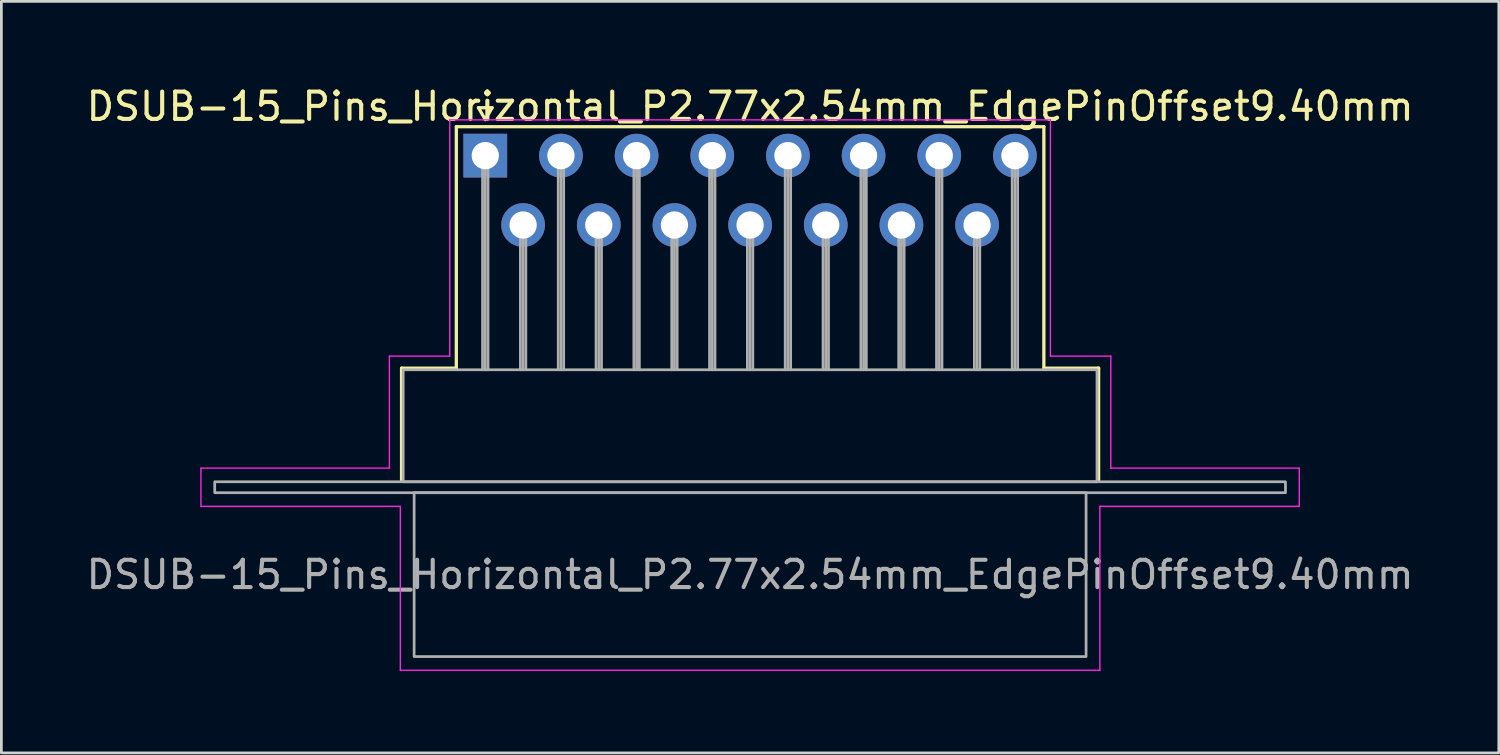
<source format=kicad_pcb>
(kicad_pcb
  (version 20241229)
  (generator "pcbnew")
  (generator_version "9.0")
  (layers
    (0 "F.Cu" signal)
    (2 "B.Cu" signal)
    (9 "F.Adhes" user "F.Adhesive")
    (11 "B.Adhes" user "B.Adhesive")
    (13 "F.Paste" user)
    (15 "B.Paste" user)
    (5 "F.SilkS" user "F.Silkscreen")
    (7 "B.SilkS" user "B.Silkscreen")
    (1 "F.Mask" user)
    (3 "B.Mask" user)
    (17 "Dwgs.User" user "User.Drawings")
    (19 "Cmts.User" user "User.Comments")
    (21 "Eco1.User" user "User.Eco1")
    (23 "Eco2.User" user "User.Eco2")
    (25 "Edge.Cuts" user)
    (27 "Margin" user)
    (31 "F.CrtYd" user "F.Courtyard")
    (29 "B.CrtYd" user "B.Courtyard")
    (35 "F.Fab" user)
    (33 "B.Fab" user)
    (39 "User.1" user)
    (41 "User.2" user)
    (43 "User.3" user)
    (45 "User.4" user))
  (footprint "DSUB-15_Pins_Horizontal_P2.77x2.54mm_EdgePinOffset9.40mm"
    (layer "F.Cu")
    (at 14.716 2.648)
    (property "Reference" "DSUB-15_Pins_Horizontal_P2.77x2.54mm_EdgePinOffset9.40mm" (at 9.695 -1.8 0) (layer "F.SilkS") (effects (font (size 1 1) (thickness 0.15))))
    (attr through_hole)
    (fp_line (start -3.065 7.78) (end -1.06 7.78) (stroke (width 0.12) (type solid)) (layer "F.SilkS"))
    (fp_line (start -3.065 11.88) (end -3.065 7.78) (stroke (width 0.12) (type solid)) (layer "F.SilkS"))
    (fp_line (start -1.06 -1.06) (end 20.45 -1.06) (stroke (width 0.12) (type solid)) (layer "F.SilkS"))
    (fp_line (start -1.06 7.78) (end -1.06 -1.06) (stroke (width 0.12) (type solid)) (layer "F.SilkS"))
    (fp_line (start -0.25 -1.754) (end 0.25 -1.754) (stroke (width 0.12) (type solid)) (layer "F.SilkS"))
    (fp_line (start 0 -1.321) (end -0.25 -1.754) (stroke (width 0.12) (type solid)) (layer "F.SilkS"))
    (fp_line (start 0.25 -1.754) (end 0 -1.321) (stroke (width 0.12) (type solid)) (layer "F.SilkS"))
    (fp_line (start 20.45 -1.06) (end 20.45 7.78) (stroke (width 0.12) (type solid)) (layer "F.SilkS"))
    (fp_line (start 20.45 7.78) (end 22.455 7.78) (stroke (width 0.12) (type solid)) (layer "F.SilkS"))
    (fp_line (start 22.455 7.78) (end 22.455 11.88) (stroke (width 0.12) (type solid)) (layer "F.SilkS"))
    (fp_line (start -10.41 11.44) (end -3.51 11.44) (stroke (width 0.05) (type solid)) (layer "F.CrtYd"))
    (fp_line (start -10.41 12.84) (end -10.41 11.44) (stroke (width 0.05) (type solid)) (layer "F.CrtYd"))
    (fp_line (start -3.51 7.34) (end -1.3 7.34) (stroke (width 0.05) (type solid)) (layer "F.CrtYd"))
    (fp_line (start -3.51 11.44) (end -3.51 7.34) (stroke (width 0.05) (type solid)) (layer "F.CrtYd"))
    (fp_line (start -3.11 12.84) (end -10.41 12.84) (stroke (width 0.05) (type solid)) (layer "F.CrtYd"))
    (fp_line (start -3.11 18.84) (end -3.11 12.84) (stroke (width 0.05) (type solid)) (layer "F.CrtYd"))
    (fp_line (start -1.3 -1.31) (end 20.69 -1.31) (stroke (width 0.05) (type solid)) (layer "F.CrtYd"))
    (fp_line (start -1.3 7.34) (end -1.3 -1.31) (stroke (width 0.05) (type solid)) (layer "F.CrtYd"))
    (fp_line (start 20.69 -1.31) (end 20.69 7.34) (stroke (width 0.05) (type solid)) (layer "F.CrtYd"))
    (fp_line (start 20.69 7.34) (end 22.9 7.34) (stroke (width 0.05) (type solid)) (layer "F.CrtYd"))
    (fp_line (start 22.5 12.84) (end 22.5 18.84) (stroke (width 0.05) (type solid)) (layer "F.CrtYd"))
    (fp_line (start 22.5 18.84) (end -3.11 18.84) (stroke (width 0.05) (type solid)) (layer "F.CrtYd"))
    (fp_line (start 22.9 7.34) (end 22.9 11.44) (stroke (width 0.05) (type solid)) (layer "F.CrtYd"))
    (fp_line (start 22.9 11.44) (end 29.8 11.44) (stroke (width 0.05) (type solid)) (layer "F.CrtYd"))
    (fp_line (start 29.8 11.44) (end 29.8 12.84) (stroke (width 0.05) (type solid)) (layer "F.CrtYd"))
    (fp_line (start 29.8 12.84) (end 22.5 12.84) (stroke (width 0.05) (type solid)) (layer "F.CrtYd"))
    (fp_line (start -0.1 0) (end -0.1 7.84) (stroke (width 0.1) (type solid)) (layer "F.Fab"))
    (fp_line (start 0 0) (end 0 7.84) (stroke (width 0.1) (type solid)) (layer "F.Fab"))
    (fp_line (start 0.1 0) (end 0.1 7.84) (stroke (width 0.1) (type solid)) (layer "F.Fab"))
    (fp_line (start 1.285 2.54) (end 1.285 7.84) (stroke (width 0.1) (type solid)) (layer "F.Fab"))
    (fp_line (start 1.385 2.54) (end 1.385 7.84) (stroke (width 0.1) (type solid)) (layer "F.Fab"))
    (fp_line (start 1.485 2.54) (end 1.485 7.84) (stroke (width 0.1) (type solid)) (layer "F.Fab"))
    (fp_line (start 2.67 0) (end 2.67 7.84) (stroke (width 0.1) (type solid)) (layer "F.Fab"))
    (fp_line (start 2.77 0) (end 2.77 7.84) (stroke (width 0.1) (type solid)) (layer "F.Fab"))
    (fp_line (start 2.87 0) (end 2.87 7.84) (stroke (width 0.1) (type solid)) (layer "F.Fab"))
    (fp_line (start 4.055 2.54) (end 4.055 7.84) (stroke (width 0.1) (type solid)) (layer "F.Fab"))
    (fp_line (start 4.155 2.54) (end 4.155 7.84) (stroke (width 0.1) (type solid)) (layer "F.Fab"))
    (fp_line (start 4.255 2.54) (end 4.255 7.84) (stroke (width 0.1) (type solid)) (layer "F.Fab"))
    (fp_line (start 5.44 0) (end 5.44 7.84) (stroke (width 0.1) (type solid)) (layer "F.Fab"))
    (fp_line (start 5.54 0) (end 5.54 7.84) (stroke (width 0.1) (type solid)) (layer "F.Fab"))
    (fp_line (start 5.64 0) (end 5.64 7.84) (stroke (width 0.1) (type solid)) (layer "F.Fab"))
    (fp_line (start 6.825 2.54) (end 6.825 7.84) (stroke (width 0.1) (type solid)) (layer "F.Fab"))
    (fp_line (start 6.925 2.54) (end 6.925 7.84) (stroke (width 0.1) (type solid)) (layer "F.Fab"))
    (fp_line (start 7.025 2.54) (end 7.025 7.84) (stroke (width 0.1) (type solid)) (layer "F.Fab"))
    (fp_line (start 8.21 0) (end 8.21 7.84) (stroke (width 0.1) (type solid)) (layer "F.Fab"))
    (fp_line (start 8.31 0) (end 8.31 7.84) (stroke (width 0.1) (type solid)) (layer "F.Fab"))
    (fp_line (start 8.41 0) (end 8.41 7.84) (stroke (width 0.1) (type solid)) (layer "F.Fab"))
    (fp_line (start 9.595 2.54) (end 9.595 7.84) (stroke (width 0.1) (type solid)) (layer "F.Fab"))
    (fp_line (start 9.695 2.54) (end 9.695 7.84) (stroke (width 0.1) (type solid)) (layer "F.Fab"))
    (fp_line (start 9.795 2.54) (end 9.795 7.84) (stroke (width 0.1) (type solid)) (layer "F.Fab"))
    (fp_line (start 10.98 0) (end 10.98 7.84) (stroke (width 0.1) (type solid)) (layer "F.Fab"))
    (fp_line (start 11.08 0) (end 11.08 7.84) (stroke (width 0.1) (type solid)) (layer "F.Fab"))
    (fp_line (start 11.18 0) (end 11.18 7.84) (stroke (width 0.1) (type solid)) (layer "F.Fab"))
    (fp_line (start 12.365 2.54) (end 12.365 7.84) (stroke (width 0.1) (type solid)) (layer "F.Fab"))
    (fp_line (start 12.465 2.54) (end 12.465 7.84) (stroke (width 0.1) (type solid)) (layer "F.Fab"))
    (fp_line (start 12.565 2.54) (end 12.565 7.84) (stroke (width 0.1) (type solid)) (layer "F.Fab"))
    (fp_line (start 13.75 0) (end 13.75 7.84) (stroke (width 0.1) (type solid)) (layer "F.Fab"))
    (fp_line (start 13.85 0) (end 13.85 7.84) (stroke (width 0.1) (type solid)) (layer "F.Fab"))
    (fp_line (start 13.95 0) (end 13.95 7.84) (stroke (width 0.1) (type solid)) (layer "F.Fab"))
    (fp_line (start 15.135 2.54) (end 15.135 7.84) (stroke (width 0.1) (type solid)) (layer "F.Fab"))
    (fp_line (start 15.235 2.54) (end 15.235 7.84) (stroke (width 0.1) (type solid)) (layer "F.Fab"))
    (fp_line (start 15.335 2.54) (end 15.335 7.84) (stroke (width 0.1) (type solid)) (layer "F.Fab"))
    (fp_line (start 16.52 0) (end 16.52 7.84) (stroke (width 0.1) (type solid)) (layer "F.Fab"))
    (fp_line (start 16.62 0) (end 16.62 7.84) (stroke (width 0.1) (type solid)) (layer "F.Fab"))
    (fp_line (start 16.72 0) (end 16.72 7.84) (stroke (width 0.1) (type solid)) (layer "F.Fab"))
    (fp_line (start 17.905 2.54) (end 17.905 7.84) (stroke (width 0.1) (type solid)) (layer "F.Fab"))
    (fp_line (start 18.005 2.54) (end 18.005 7.84) (stroke (width 0.1) (type solid)) (layer "F.Fab"))
    (fp_line (start 18.105 2.54) (end 18.105 7.84) (stroke (width 0.1) (type solid)) (layer "F.Fab"))
    (fp_line (start 19.29 0) (end 19.29 7.84) (stroke (width 0.1) (type solid)) (layer "F.Fab"))
    (fp_line (start 19.39 0) (end 19.39 7.84) (stroke (width 0.1) (type solid)) (layer "F.Fab"))
    (fp_line (start 19.49 0) (end 19.49 7.84) (stroke (width 0.1) (type solid)) (layer "F.Fab"))
    (fp_rect (start -9.905 11.94) (end 29.295 12.34) (stroke (width 0.1) (type solid)) (fill no) (layer "F.Fab"))
    (fp_rect (start -3.005 7.84) (end 22.395 11.94) (stroke (width 0.1) (type solid)) (fill no) (layer "F.Fab"))
    (fp_rect (start -2.605 12.34) (end 21.995 18.34) (stroke (width 0.1) (type solid)) (fill no) (layer "F.Fab"))
    (fp_text user "${REFERENCE}" (at 9.695 15.34 0) (layer "F.Fab") (effects (font (size 1 1) (thickness 0.15))))
    (pad "1" thru_hole rect (at 0 0) (size 1.6 1.6) (drill 1) (layers "*.Cu" "*.Mask"))
    (pad "2" thru_hole circle (at 2.77 0) (size 1.6 1.6) (drill 1) (layers "*.Cu" "*.Mask"))
    (pad "3" thru_hole circle (at 5.54 0) (size 1.6 1.6) (drill 1) (layers "*.Cu" "*.Mask"))
    (pad "4" thru_hole circle (at 8.31 0) (size 1.6 1.6) (drill 1) (layers "*.Cu" "*.Mask"))
    (pad "5" thru_hole circle (at 11.08 0) (size 1.6 1.6) (drill 1) (layers "*.Cu" "*.Mask"))
    (pad "6" thru_hole circle (at 13.85 0) (size 1.6 1.6) (drill 1) (layers "*.Cu" "*.Mask"))
    (pad "7" thru_hole circle (at 16.62 0) (size 1.6 1.6) (drill 1) (layers "*.Cu" "*.Mask"))
    (pad "8" thru_hole circle (at 19.39 0) (size 1.6 1.6) (drill 1) (layers "*.Cu" "*.Mask"))
    (pad "9" thru_hole circle (at 1.385 2.54) (size 1.6 1.6) (drill 1) (layers "*.Cu" "*.Mask"))
    (pad "10" thru_hole circle (at 4.155 2.54) (size 1.6 1.6) (drill 1) (layers "*.Cu" "*.Mask"))
    (pad "11" thru_hole circle (at 6.925 2.54) (size 1.6 1.6) (drill 1) (layers "*.Cu" "*.Mask"))
    (pad "12" thru_hole circle (at 9.695 2.54) (size 1.6 1.6) (drill 1) (layers "*.Cu" "*.Mask"))
    (pad "13" thru_hole circle (at 12.465 2.54) (size 1.6 1.6) (drill 1) (layers "*.Cu" "*.Mask"))
    (pad "14" thru_hole circle (at 15.235 2.54) (size 1.6 1.6) (drill 1) (layers "*.Cu" "*.Mask"))
    (pad "15" thru_hole circle (at 18.005 2.54) (size 1.6 1.6) (drill 1) (layers "*.Cu" "*.Mask")))
  (gr_rect
    (start -3 -3)
    (end 51.821 24.513)
    (stroke (width 0.1) (type default))
    (fill no)
    (layer "Edge.Cuts")))
</source>
